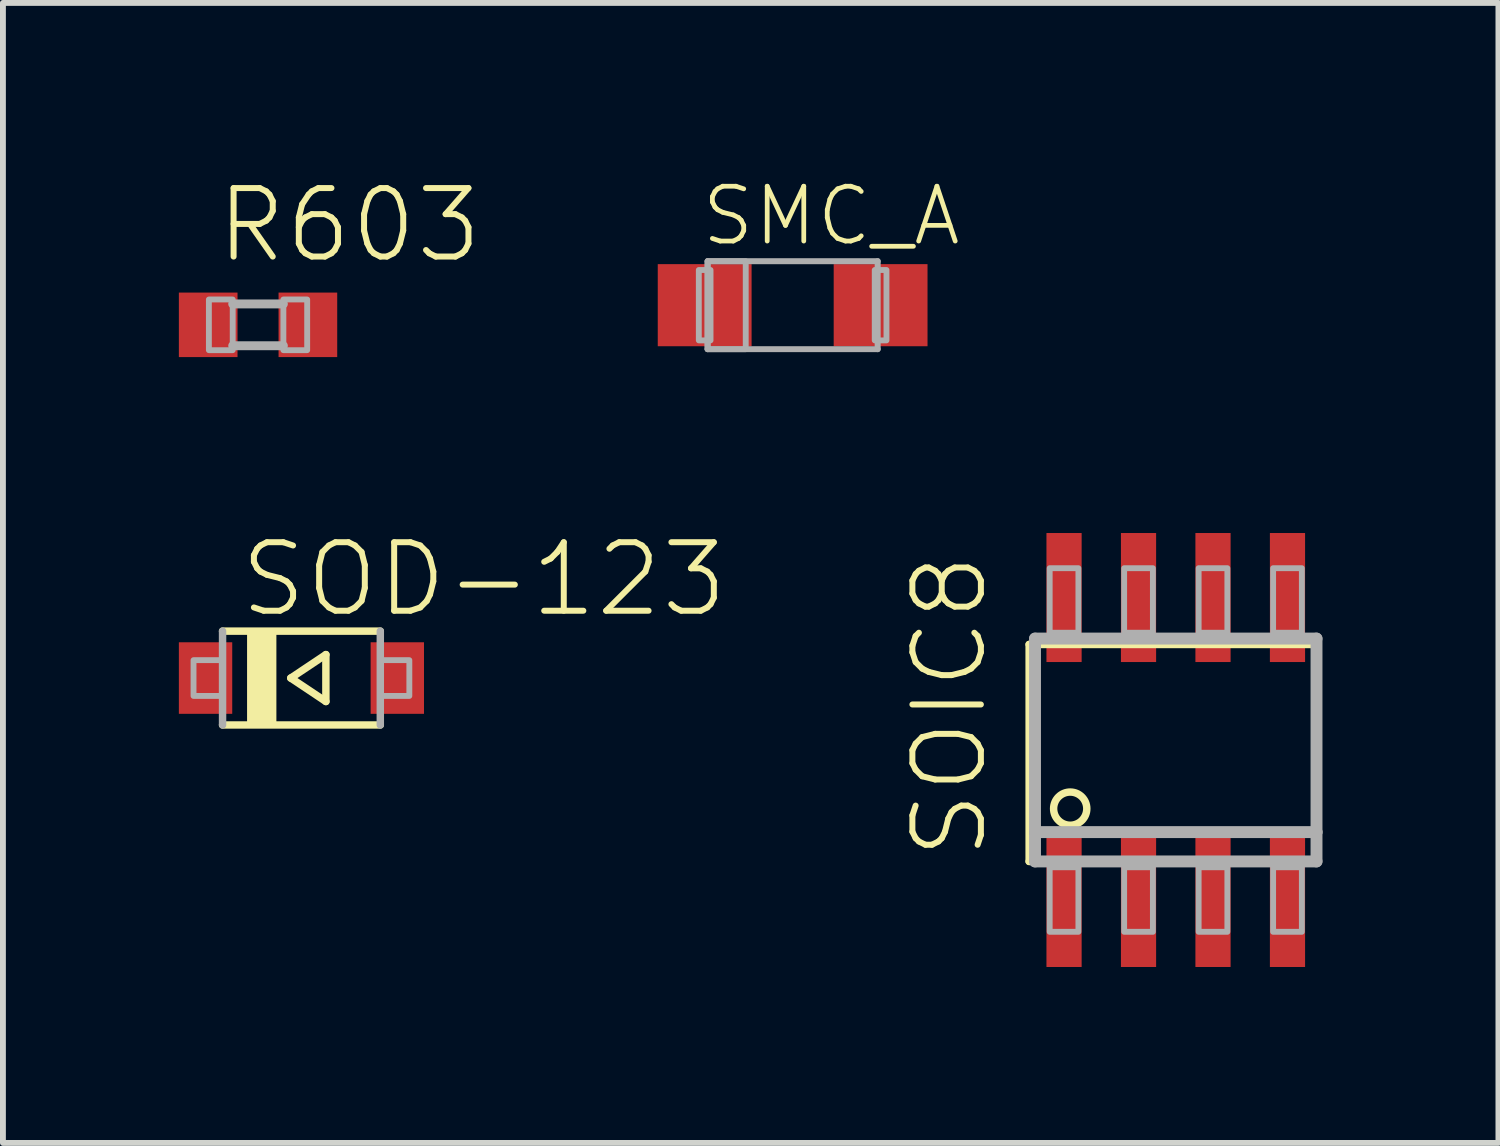
<source format=kicad_pcb>
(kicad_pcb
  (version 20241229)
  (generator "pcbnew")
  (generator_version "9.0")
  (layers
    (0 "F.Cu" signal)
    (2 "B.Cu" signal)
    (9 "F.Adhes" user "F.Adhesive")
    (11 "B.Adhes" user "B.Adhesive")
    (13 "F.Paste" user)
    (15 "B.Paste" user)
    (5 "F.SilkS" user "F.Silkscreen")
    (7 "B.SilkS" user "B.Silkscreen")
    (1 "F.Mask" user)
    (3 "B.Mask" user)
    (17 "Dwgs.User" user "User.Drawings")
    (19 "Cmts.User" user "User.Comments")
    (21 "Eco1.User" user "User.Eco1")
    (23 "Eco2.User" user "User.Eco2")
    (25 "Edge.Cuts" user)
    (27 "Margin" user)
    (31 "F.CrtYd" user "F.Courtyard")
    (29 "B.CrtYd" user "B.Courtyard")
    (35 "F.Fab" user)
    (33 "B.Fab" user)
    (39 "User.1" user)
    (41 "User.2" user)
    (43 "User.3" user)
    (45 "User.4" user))
  (footprint "SMC_A"
    (layer "F.Cu")
    (at 10.466 2.154)
    (property "Reference" "SMC_A" (at -1.6 -0.975 0) (layer "F.SilkS") (effects (font (size 0.935 0.935) (thickness 0.081)) (justify left bottom)))
    (fp_line (start -1.45 -0.75) (end 1.45 -0.75) (stroke (width 0.102) (type solid)) (layer "F.Fab"))
    (fp_line (start -1.45 0.75) (end -1.45 -0.75) (stroke (width 0.102) (type solid)) (layer "F.Fab"))
    (fp_line (start 1.45 -0.75) (end 1.45 0.75) (stroke (width 0.102) (type solid)) (layer "F.Fab"))
    (fp_line (start 1.45 0.75) (end -1.45 0.75) (stroke (width 0.102) (type solid)) (layer "F.Fab"))
    (fp_poly (pts (xy -1.6 0.6) (xy -1.4 0.6) (xy -1.4 -0.6) (xy -1.6 -0.6)) (stroke (width 0.1) (type default)) (fill no) (layer "F.Fab"))
    (fp_poly (pts (xy -1.45 0.75) (xy -0.8 0.75) (xy -0.8 -0.75) (xy -1.45 -0.75)) (stroke (width 0.1) (type default)) (fill no) (layer "F.Fab"))
    (fp_poly (pts (xy 1.6 -0.6) (xy 1.4 -0.6) (xy 1.4 0.6) (xy 1.6 0.6)) (stroke (width 0.1) (type default)) (fill no) (layer "F.Fab"))
    (pad "+" smd rect (at -1.5 0) (size 1.6 1.4) (layers "F.Cu" "F.Mask" "F.Paste"))
    (pad "-" smd rect (at 1.5 0 180) (size 1.6 1.4) (layers "F.Cu" "F.Mask" "F.Paste")))
  (footprint "SOD-123"
    (layer "F.Cu")
    (at 2.09 8.512)
    (property "Reference" "SOD-123" (at -1.1 -1 0) (layer "F.SilkS") (effects (font (size 1.168 1.168) (thickness 0.102)) (justify left bottom)))
    (fp_line (start -1.345 -0.8) (end 1.345 -0.8) (stroke (width 0.127) (type solid)) (layer "F.SilkS"))
    (fp_line (start -0.182 0) (end 0.417 -0.4) (stroke (width 0.127) (type solid)) (layer "F.SilkS"))
    (fp_line (start 0.417 -0.4) (end 0.417 0.4) (stroke (width 0.127) (type solid)) (layer "F.SilkS"))
    (fp_line (start 0.417 0.4) (end -0.182 0) (stroke (width 0.127) (type solid)) (layer "F.SilkS"))
    (fp_line (start 1.345 0.8) (end -1.345 0.8) (stroke (width 0.127) (type solid)) (layer "F.SilkS"))
    (fp_poly (pts (xy -0.927 0.8) (xy -0.427 0.8) (xy -0.427 -0.8) (xy -0.927 -0.8)) (stroke (width 0) (type default)) (fill yes) (layer "F.SilkS"))
    (fp_line (start -1.345 0.8) (end -1.345 -0.8) (stroke (width 0.127) (type solid)) (layer "F.Fab"))
    (fp_line (start 1.345 0.8) (end 1.345 -0.8) (stroke (width 0.127) (type solid)) (layer "F.Fab"))
    (fp_poly (pts (xy -1.84 0.305) (xy -1.345 0.305) (xy -1.345 -0.305) (xy -1.84 -0.305)) (stroke (width 0.1) (type default)) (fill no) (layer "F.Fab"))
    (fp_poly (pts (xy 1.345 0.305) (xy 1.84 0.305) (xy 1.84 -0.305) (xy 1.345 -0.305)) (stroke (width 0.1) (type default)) (fill no) (layer "F.Fab"))
    (pad "A" smd rect (at 1.635 0) (size 0.91 1.22) (layers "F.Cu" "F.Mask" "F.Paste"))
    (pad "C" smd rect (at -1.635 0) (size 0.91 1.22) (layers "F.Cu" "F.Mask" "F.Paste")))
  (footprint "R603"
    (layer "F.Cu")
    (at 1.35 2.489)
    (property "Reference" "R603" (at -0.762 -1.016 0) (layer "F.SilkS") (effects (font (size 1.168 1.168) (thickness 0.102)) (justify left bottom)))
    (fp_line (start -0.432 0.356) (end 0.432 0.356) (stroke (width 0.152) (type solid)) (layer "F.Fab"))
    (fp_line (start 0.432 -0.356) (end -0.432 -0.356) (stroke (width 0.152) (type solid)) (layer "F.Fab"))
    (fp_poly (pts (xy -0.838 0.432) (xy -0.432 0.432) (xy -0.432 -0.432) (xy -0.838 -0.432)) (stroke (width 0.1) (type default)) (fill no) (layer "F.Fab"))
    (fp_poly (pts (xy 0.432 0.432) (xy 0.838 0.432) (xy 0.838 -0.432) (xy 0.432 -0.432)) (stroke (width 0.1) (type default)) (fill no) (layer "F.Fab"))
    (pad "1" smd rect (at -0.85 0) (size 1 1.1) (layers "F.Cu" "F.Mask" "F.Paste"))
    (pad "2" smd rect (at 0.85 0) (size 1 1.1) (layers "F.Cu" "F.Mask" "F.Paste")))
  (footprint "SOIC8"
    (layer "F.Cu")
    (at 16.999 9.739)
    (property "Reference" "SOIC8" (at -3.175 1.905 90) (layer "F.SilkS") (effects (font (size 1.168 1.168) (thickness 0.102)) (justify left bottom)))
    (fp_line (start -2.5 -1.8) (end 2.4 -1.8) (stroke (width 0.127) (type solid)) (layer "F.SilkS"))
    (fp_line (start -2.5 1.9) (end -2.5 -1.8) (stroke (width 0.127) (type solid)) (layer "F.SilkS"))
    (fp_line (start 2.4 -1.8) (end 2.4 1.9) (stroke (width 0.127) (type solid)) (layer "F.SilkS"))
    (fp_line (start 2.4 1.9) (end -2.5 1.9) (stroke (width 0.127) (type solid)) (layer "F.SilkS"))
    (fp_circle (center -1.8 1) (end -1.517 1) (stroke (width 0.127) (type solid)) (fill no) (layer "F.SilkS"))
    (fp_line (start -2.4 -1.9) (end 2.4 -1.9) (stroke (width 0.203) (type solid)) (layer "F.Fab"))
    (fp_line (start -2.4 1.4) (end -2.4 -1.9) (stroke (width 0.203) (type solid)) (layer "F.Fab"))
    (fp_line (start -2.4 1.9) (end -2.4 1.4) (stroke (width 0.203) (type solid)) (layer "F.Fab"))
    (fp_line (start 2.4 -1.9) (end 2.4 1.4) (stroke (width 0.203) (type solid)) (layer "F.Fab"))
    (fp_line (start 2.4 1.4) (end -2.4 1.4) (stroke (width 0.203) (type solid)) (layer "F.Fab"))
    (fp_line (start 2.4 1.4) (end 2.4 1.9) (stroke (width 0.203) (type solid)) (layer "F.Fab"))
    (fp_line (start 2.4 1.9) (end -2.4 1.9) (stroke (width 0.203) (type solid)) (layer "F.Fab"))
    (fp_poly (pts (xy -2.15 -2) (xy -1.66 -2) (xy -1.66 -3.1) (xy -2.15 -3.1)) (stroke (width 0.1) (type default)) (fill no) (layer "F.Fab"))
    (fp_poly (pts (xy -2.15 3.1) (xy -1.66 3.1) (xy -1.66 2) (xy -2.15 2)) (stroke (width 0.1) (type default)) (fill no) (layer "F.Fab"))
    (fp_poly (pts (xy -0.88 -2) (xy -0.39 -2) (xy -0.39 -3.1) (xy -0.88 -3.1)) (stroke (width 0.1) (type default)) (fill no) (layer "F.Fab"))
    (fp_poly (pts (xy -0.88 3.1) (xy -0.39 3.1) (xy -0.39 2) (xy -0.88 2)) (stroke (width 0.1) (type default)) (fill no) (layer "F.Fab"))
    (fp_poly (pts (xy 0.39 -2) (xy 0.88 -2) (xy 0.88 -3.1) (xy 0.39 -3.1)) (stroke (width 0.1) (type default)) (fill no) (layer "F.Fab"))
    (fp_poly (pts (xy 0.39 3.1) (xy 0.88 3.1) (xy 0.88 2) (xy 0.39 2)) (stroke (width 0.1) (type default)) (fill no) (layer "F.Fab"))
    (fp_poly (pts (xy 1.66 -2) (xy 2.15 -2) (xy 2.15 -3.1) (xy 1.66 -3.1)) (stroke (width 0.1) (type default)) (fill no) (layer "F.Fab"))
    (fp_poly (pts (xy 1.66 3.1) (xy 2.15 3.1) (xy 2.15 2) (xy 1.66 2)) (stroke (width 0.1) (type default)) (fill no) (layer "F.Fab"))
    (pad "1" smd rect (at -1.905 2.6) (size 0.6 2.2) (layers "F.Cu" "F.Mask" "F.Paste"))
    (pad "2" smd rect (at -0.635 2.6) (size 0.6 2.2) (layers "F.Cu" "F.Mask" "F.Paste"))
    (pad "3" smd rect (at 0.635 2.6) (size 0.6 2.2) (layers "F.Cu" "F.Mask" "F.Paste"))
    (pad "4" smd rect (at 1.905 2.6) (size 0.6 2.2) (layers "F.Cu" "F.Mask" "F.Paste"))
    (pad "5" smd rect (at 1.905 -2.6) (size 0.6 2.2) (layers "F.Cu" "F.Mask" "F.Paste"))
    (pad "6" smd rect (at 0.635 -2.6) (size 0.6 2.2) (layers "F.Cu" "F.Mask" "F.Paste"))
    (pad "7" smd rect (at -0.635 -2.6) (size 0.6 2.2) (layers "F.Cu" "F.Mask" "F.Paste"))
    (pad "8" smd rect (at -1.905 -2.6) (size 0.6 2.2) (layers "F.Cu" "F.Mask" "F.Paste")))
  (gr_rect
    (start -3 -3)
    (end 22.501 16.439)
    (stroke (width 0.1) (type default))
    (fill no)
    (layer "Edge.Cuts")))
</source>
